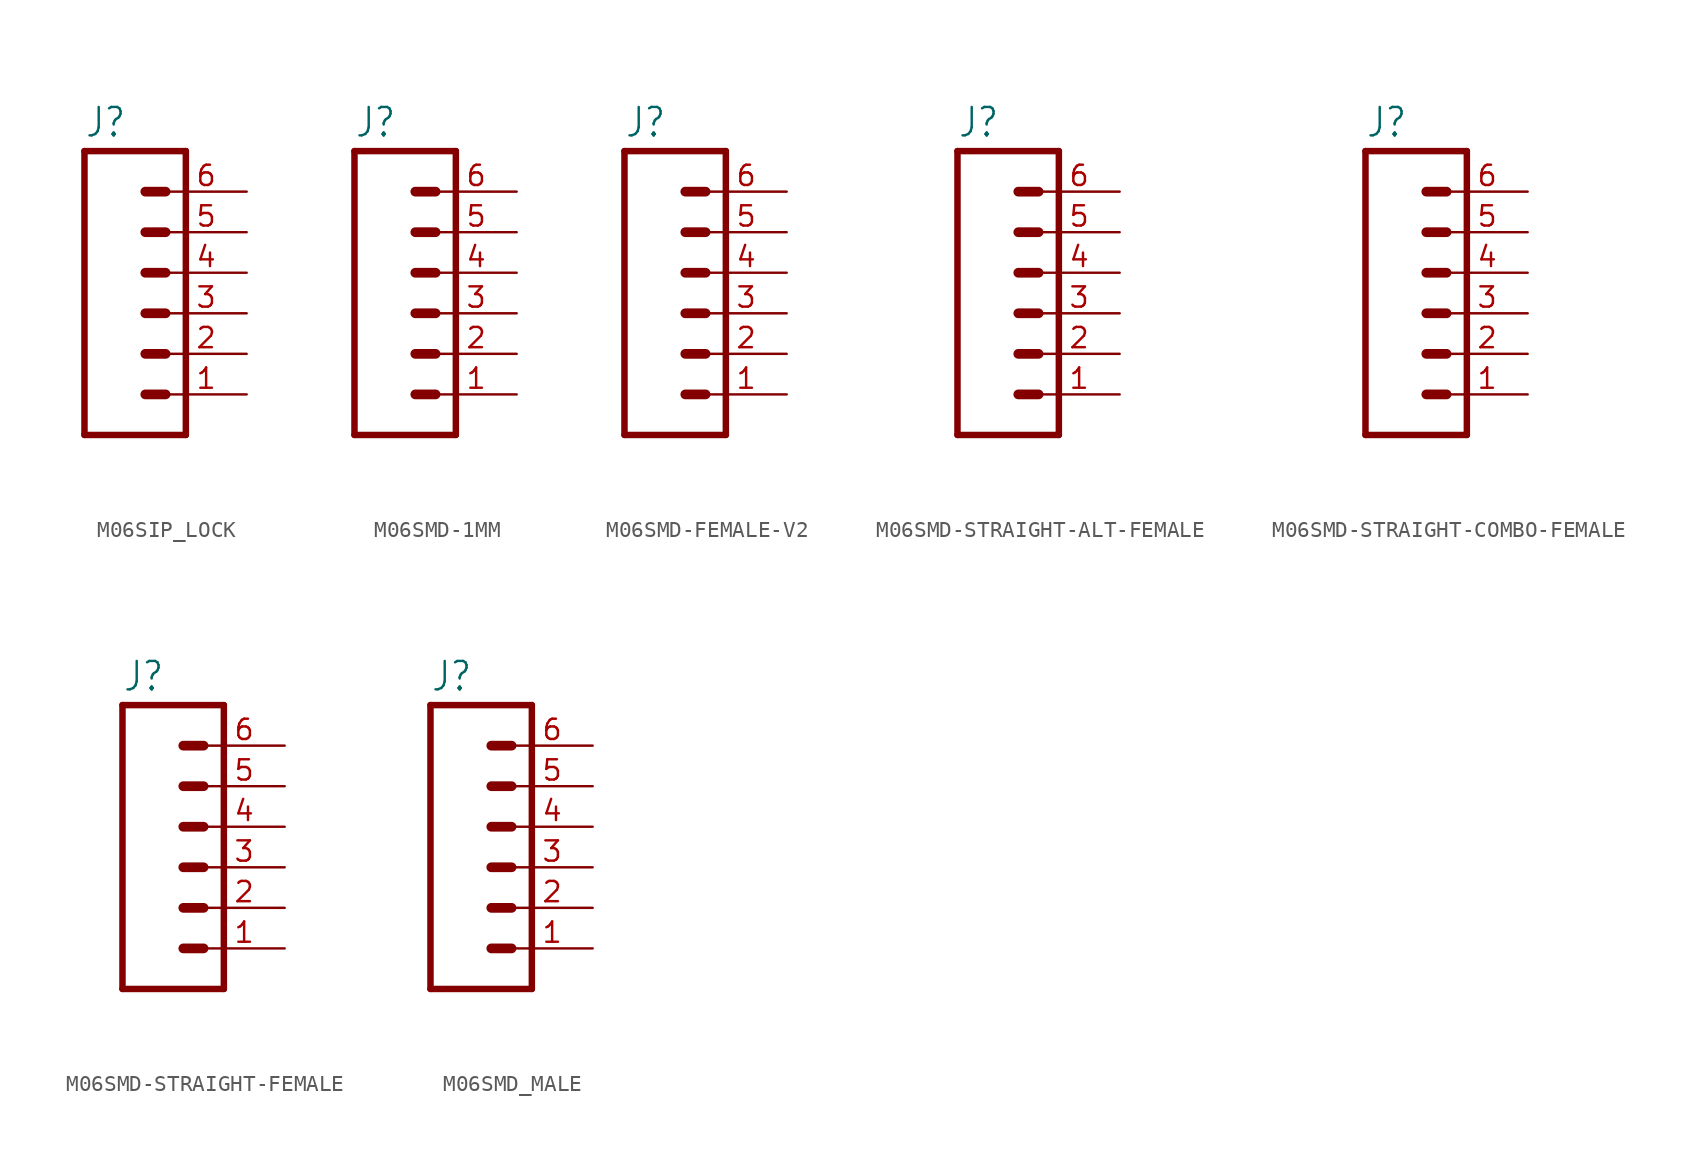
<source format=kicad_sym>
(kicad_symbol_lib
  (version 20241209)
  (generator "kicad_symbol_editor")
  (generator_version "9.0")
  (symbol "M06SIP_LOCK"
    (property "Reference" "J"
      (at -5.08 10.922 0)
      (effects (font (size 1.778 1.511)) (justify left bottom)))
    (property "Value" ""
      (at -5.08 -10.16 0)
      (effects (font (size 1.778 1.511)) (justify left bottom)))
    (property "ki_locked" ""
      (at 0 0 0)
      (effects (font (size 1.27 1.27))))
    (symbol "M06SIP_LOCK_1_0"
      (polyline (pts (xy -5.08 10.16) (xy -5.08 -7.62)) (stroke (width 0.406) (type solid)) (fill (type none)))
      (polyline (pts (xy -5.08 10.16) (xy 1.27 10.16)) (stroke (width 0.406) (type solid)) (fill (type none)))
      (polyline (pts (xy -1.27 7.62) (xy 0 7.62)) (stroke (width 0.61) (type solid)) (fill (type none)))
      (polyline (pts (xy -1.27 5.08) (xy 0 5.08)) (stroke (width 0.61) (type solid)) (fill (type none)))
      (polyline (pts (xy -1.27 2.54) (xy 0 2.54)) (stroke (width 0.61) (type solid)) (fill (type none)))
      (polyline (pts (xy -1.27 0) (xy 0 0)) (stroke (width 0.61) (type solid)) (fill (type none)))
      (polyline (pts (xy -1.27 -2.54) (xy 0 -2.54)) (stroke (width 0.61) (type solid)) (fill (type none)))
      (polyline (pts (xy -1.27 -5.08) (xy 0 -5.08)) (stroke (width 0.61) (type solid)) (fill (type none)))
      (polyline (pts (xy 1.27 -7.62) (xy -5.08 -7.62)) (stroke (width 0.406) (type solid)) (fill (type none)))
      (polyline (pts (xy 1.27 -7.62) (xy 1.27 10.16)) (stroke (width 0.406) (type solid)) (fill (type none)))
      (pin passive line (at 5.08 7.62 180) (length 5.08) (name "6" (effects (font (size 0 0)))) (number "6" (effects (font (size 1.27 1.27)))))
      (pin passive line (at 5.08 5.08 180) (length 5.08) (name "5" (effects (font (size 0 0)))) (number "5" (effects (font (size 1.27 1.27)))))
      (pin passive line (at 5.08 2.54 180) (length 5.08) (name "4" (effects (font (size 0 0)))) (number "4" (effects (font (size 1.27 1.27)))))
      (pin passive line (at 5.08 0 180) (length 5.08) (name "3" (effects (font (size 0 0)))) (number "3" (effects (font (size 1.27 1.27)))))
      (pin passive line (at 5.08 -2.54 180) (length 5.08) (name "2" (effects (font (size 0 0)))) (number "2" (effects (font (size 1.27 1.27)))))
      (pin passive line (at 5.08 -5.08 180) (length 5.08) (name "1" (effects (font (size 0 0)))) (number "1" (effects (font (size 1.27 1.27)))))))
  (symbol "M06SMD-1MM"
    (property "Reference" "J"
      (at -5.08 10.922 0)
      (effects (font (size 1.778 1.511)) (justify left bottom)))
    (property "Value" ""
      (at -5.08 -10.16 0)
      (effects (font (size 1.778 1.511)) (justify left bottom)))
    (property "ki_locked" ""
      (at 0 0 0)
      (effects (font (size 1.27 1.27))))
    (symbol "M06SMD-1MM_1_0"
      (polyline (pts (xy -5.08 10.16) (xy -5.08 -7.62)) (stroke (width 0.406) (type solid)) (fill (type none)))
      (polyline (pts (xy -5.08 10.16) (xy 1.27 10.16)) (stroke (width 0.406) (type solid)) (fill (type none)))
      (polyline (pts (xy -1.27 7.62) (xy 0 7.62)) (stroke (width 0.61) (type solid)) (fill (type none)))
      (polyline (pts (xy -1.27 5.08) (xy 0 5.08)) (stroke (width 0.61) (type solid)) (fill (type none)))
      (polyline (pts (xy -1.27 2.54) (xy 0 2.54)) (stroke (width 0.61) (type solid)) (fill (type none)))
      (polyline (pts (xy -1.27 0) (xy 0 0)) (stroke (width 0.61) (type solid)) (fill (type none)))
      (polyline (pts (xy -1.27 -2.54) (xy 0 -2.54)) (stroke (width 0.61) (type solid)) (fill (type none)))
      (polyline (pts (xy -1.27 -5.08) (xy 0 -5.08)) (stroke (width 0.61) (type solid)) (fill (type none)))
      (polyline (pts (xy 1.27 -7.62) (xy -5.08 -7.62)) (stroke (width 0.406) (type solid)) (fill (type none)))
      (polyline (pts (xy 1.27 -7.62) (xy 1.27 10.16)) (stroke (width 0.406) (type solid)) (fill (type none)))
      (pin passive line (at 5.08 7.62 180) (length 5.08) (name "6" (effects (font (size 0 0)))) (number "6" (effects (font (size 1.27 1.27)))))
      (pin passive line (at 5.08 5.08 180) (length 5.08) (name "5" (effects (font (size 0 0)))) (number "5" (effects (font (size 1.27 1.27)))))
      (pin passive line (at 5.08 2.54 180) (length 5.08) (name "4" (effects (font (size 0 0)))) (number "4" (effects (font (size 1.27 1.27)))))
      (pin passive line (at 5.08 0 180) (length 5.08) (name "3" (effects (font (size 0 0)))) (number "3" (effects (font (size 1.27 1.27)))))
      (pin passive line (at 5.08 -2.54 180) (length 5.08) (name "2" (effects (font (size 0 0)))) (number "2" (effects (font (size 1.27 1.27)))))
      (pin passive line (at 5.08 -5.08 180) (length 5.08) (name "1" (effects (font (size 0 0)))) (number "1" (effects (font (size 1.27 1.27)))))))
  (symbol "M06SMD-FEMALE-V2"
    (property "Reference" "J"
      (at -5.08 10.922 0)
      (effects (font (size 1.778 1.511)) (justify left bottom)))
    (property "Value" ""
      (at -5.08 -10.16 0)
      (effects (font (size 1.778 1.511)) (justify left bottom)))
    (property "ki_locked" ""
      (at 0 0 0)
      (effects (font (size 1.27 1.27))))
    (symbol "M06SMD-FEMALE-V2_1_0"
      (polyline (pts (xy -5.08 10.16) (xy -5.08 -7.62)) (stroke (width 0.406) (type solid)) (fill (type none)))
      (polyline (pts (xy -5.08 10.16) (xy 1.27 10.16)) (stroke (width 0.406) (type solid)) (fill (type none)))
      (polyline (pts (xy -1.27 7.62) (xy 0 7.62)) (stroke (width 0.61) (type solid)) (fill (type none)))
      (polyline (pts (xy -1.27 5.08) (xy 0 5.08)) (stroke (width 0.61) (type solid)) (fill (type none)))
      (polyline (pts (xy -1.27 2.54) (xy 0 2.54)) (stroke (width 0.61) (type solid)) (fill (type none)))
      (polyline (pts (xy -1.27 0) (xy 0 0)) (stroke (width 0.61) (type solid)) (fill (type none)))
      (polyline (pts (xy -1.27 -2.54) (xy 0 -2.54)) (stroke (width 0.61) (type solid)) (fill (type none)))
      (polyline (pts (xy -1.27 -5.08) (xy 0 -5.08)) (stroke (width 0.61) (type solid)) (fill (type none)))
      (polyline (pts (xy 1.27 -7.62) (xy -5.08 -7.62)) (stroke (width 0.406) (type solid)) (fill (type none)))
      (polyline (pts (xy 1.27 -7.62) (xy 1.27 10.16)) (stroke (width 0.406) (type solid)) (fill (type none)))
      (pin passive line (at 5.08 7.62 180) (length 5.08) (name "6" (effects (font (size 0 0)))) (number "6" (effects (font (size 1.27 1.27)))))
      (pin passive line (at 5.08 5.08 180) (length 5.08) (name "5" (effects (font (size 0 0)))) (number "5" (effects (font (size 1.27 1.27)))))
      (pin passive line (at 5.08 2.54 180) (length 5.08) (name "4" (effects (font (size 0 0)))) (number "4" (effects (font (size 1.27 1.27)))))
      (pin passive line (at 5.08 0 180) (length 5.08) (name "3" (effects (font (size 0 0)))) (number "3" (effects (font (size 1.27 1.27)))))
      (pin passive line (at 5.08 -2.54 180) (length 5.08) (name "2" (effects (font (size 0 0)))) (number "2" (effects (font (size 1.27 1.27)))))
      (pin passive line (at 5.08 -5.08 180) (length 5.08) (name "1" (effects (font (size 0 0)))) (number "1" (effects (font (size 1.27 1.27)))))))
  (symbol "M06SMD-STRAIGHT-ALT-FEMALE"
    (property "Reference" "J"
      (at -5.08 10.922 0)
      (effects (font (size 1.778 1.511)) (justify left bottom)))
    (property "Value" ""
      (at -5.08 -10.16 0)
      (effects (font (size 1.778 1.511)) (justify left bottom)))
    (property "ki_locked" ""
      (at 0 0 0)
      (effects (font (size 1.27 1.27))))
    (symbol "M06SMD-STRAIGHT-ALT-FEMALE_1_0"
      (polyline (pts (xy -5.08 10.16) (xy -5.08 -7.62)) (stroke (width 0.406) (type solid)) (fill (type none)))
      (polyline (pts (xy -5.08 10.16) (xy 1.27 10.16)) (stroke (width 0.406) (type solid)) (fill (type none)))
      (polyline (pts (xy -1.27 7.62) (xy 0 7.62)) (stroke (width 0.61) (type solid)) (fill (type none)))
      (polyline (pts (xy -1.27 5.08) (xy 0 5.08)) (stroke (width 0.61) (type solid)) (fill (type none)))
      (polyline (pts (xy -1.27 2.54) (xy 0 2.54)) (stroke (width 0.61) (type solid)) (fill (type none)))
      (polyline (pts (xy -1.27 0) (xy 0 0)) (stroke (width 0.61) (type solid)) (fill (type none)))
      (polyline (pts (xy -1.27 -2.54) (xy 0 -2.54)) (stroke (width 0.61) (type solid)) (fill (type none)))
      (polyline (pts (xy -1.27 -5.08) (xy 0 -5.08)) (stroke (width 0.61) (type solid)) (fill (type none)))
      (polyline (pts (xy 1.27 -7.62) (xy -5.08 -7.62)) (stroke (width 0.406) (type solid)) (fill (type none)))
      (polyline (pts (xy 1.27 -7.62) (xy 1.27 10.16)) (stroke (width 0.406) (type solid)) (fill (type none)))
      (pin passive line (at 5.08 7.62 180) (length 5.08) (name "6" (effects (font (size 0 0)))) (number "6" (effects (font (size 1.27 1.27)))))
      (pin passive line (at 5.08 5.08 180) (length 5.08) (name "5" (effects (font (size 0 0)))) (number "5" (effects (font (size 1.27 1.27)))))
      (pin passive line (at 5.08 2.54 180) (length 5.08) (name "4" (effects (font (size 0 0)))) (number "4" (effects (font (size 1.27 1.27)))))
      (pin passive line (at 5.08 0 180) (length 5.08) (name "3" (effects (font (size 0 0)))) (number "3" (effects (font (size 1.27 1.27)))))
      (pin passive line (at 5.08 -2.54 180) (length 5.08) (name "2" (effects (font (size 0 0)))) (number "2" (effects (font (size 1.27 1.27)))))
      (pin passive line (at 5.08 -5.08 180) (length 5.08) (name "1" (effects (font (size 0 0)))) (number "1" (effects (font (size 1.27 1.27)))))))
  (symbol "M06SMD-STRAIGHT-COMBO-FEMALE"
    (property "Reference" "J"
      (at -5.08 10.922 0)
      (effects (font (size 1.778 1.511)) (justify left bottom)))
    (property "Value" ""
      (at -5.08 -10.16 0)
      (effects (font (size 1.778 1.511)) (justify left bottom)))
    (property "ki_locked" ""
      (at 0 0 0)
      (effects (font (size 1.27 1.27))))
    (symbol "M06SMD-STRAIGHT-COMBO-FEMALE_1_0"
      (polyline (pts (xy -5.08 10.16) (xy -5.08 -7.62)) (stroke (width 0.406) (type solid)) (fill (type none)))
      (polyline (pts (xy -5.08 10.16) (xy 1.27 10.16)) (stroke (width 0.406) (type solid)) (fill (type none)))
      (polyline (pts (xy -1.27 7.62) (xy 0 7.62)) (stroke (width 0.61) (type solid)) (fill (type none)))
      (polyline (pts (xy -1.27 5.08) (xy 0 5.08)) (stroke (width 0.61) (type solid)) (fill (type none)))
      (polyline (pts (xy -1.27 2.54) (xy 0 2.54)) (stroke (width 0.61) (type solid)) (fill (type none)))
      (polyline (pts (xy -1.27 0) (xy 0 0)) (stroke (width 0.61) (type solid)) (fill (type none)))
      (polyline (pts (xy -1.27 -2.54) (xy 0 -2.54)) (stroke (width 0.61) (type solid)) (fill (type none)))
      (polyline (pts (xy -1.27 -5.08) (xy 0 -5.08)) (stroke (width 0.61) (type solid)) (fill (type none)))
      (polyline (pts (xy 1.27 -7.62) (xy -5.08 -7.62)) (stroke (width 0.406) (type solid)) (fill (type none)))
      (polyline (pts (xy 1.27 -7.62) (xy 1.27 10.16)) (stroke (width 0.406) (type solid)) (fill (type none)))
      (pin passive line (at 5.08 7.62 180) (length 5.08) (name "6" (effects (font (size 0 0)))) (number "6" (effects (font (size 1.27 1.27)))))
      (pin passive line (at 5.08 5.08 180) (length 5.08) (name "5" (effects (font (size 0 0)))) (number "5" (effects (font (size 1.27 1.27)))))
      (pin passive line (at 5.08 2.54 180) (length 5.08) (name "4" (effects (font (size 0 0)))) (number "4" (effects (font (size 1.27 1.27)))))
      (pin passive line (at 5.08 0 180) (length 5.08) (name "3" (effects (font (size 0 0)))) (number "3" (effects (font (size 1.27 1.27)))))
      (pin passive line (at 5.08 -2.54 180) (length 5.08) (name "2" (effects (font (size 0 0)))) (number "2" (effects (font (size 1.27 1.27)))))
      (pin passive line (at 5.08 -5.08 180) (length 5.08) (name "1" (effects (font (size 0 0)))) (number "1" (effects (font (size 1.27 1.27)))))))
  (symbol "M06SMD-STRAIGHT-FEMALE"
    (property "Reference" "J"
      (at -5.08 10.922 0)
      (effects (font (size 1.778 1.511)) (justify left bottom)))
    (property "Value" ""
      (at -5.08 -10.16 0)
      (effects (font (size 1.778 1.511)) (justify left bottom)))
    (property "ki_locked" ""
      (at 0 0 0)
      (effects (font (size 1.27 1.27))))
    (symbol "M06SMD-STRAIGHT-FEMALE_1_0"
      (polyline (pts (xy -5.08 10.16) (xy -5.08 -7.62)) (stroke (width 0.406) (type solid)) (fill (type none)))
      (polyline (pts (xy -5.08 10.16) (xy 1.27 10.16)) (stroke (width 0.406) (type solid)) (fill (type none)))
      (polyline (pts (xy -1.27 7.62) (xy 0 7.62)) (stroke (width 0.61) (type solid)) (fill (type none)))
      (polyline (pts (xy -1.27 5.08) (xy 0 5.08)) (stroke (width 0.61) (type solid)) (fill (type none)))
      (polyline (pts (xy -1.27 2.54) (xy 0 2.54)) (stroke (width 0.61) (type solid)) (fill (type none)))
      (polyline (pts (xy -1.27 0) (xy 0 0)) (stroke (width 0.61) (type solid)) (fill (type none)))
      (polyline (pts (xy -1.27 -2.54) (xy 0 -2.54)) (stroke (width 0.61) (type solid)) (fill (type none)))
      (polyline (pts (xy -1.27 -5.08) (xy 0 -5.08)) (stroke (width 0.61) (type solid)) (fill (type none)))
      (polyline (pts (xy 1.27 -7.62) (xy -5.08 -7.62)) (stroke (width 0.406) (type solid)) (fill (type none)))
      (polyline (pts (xy 1.27 -7.62) (xy 1.27 10.16)) (stroke (width 0.406) (type solid)) (fill (type none)))
      (pin passive line (at 5.08 7.62 180) (length 5.08) (name "6" (effects (font (size 0 0)))) (number "6" (effects (font (size 1.27 1.27)))))
      (pin passive line (at 5.08 5.08 180) (length 5.08) (name "5" (effects (font (size 0 0)))) (number "5" (effects (font (size 1.27 1.27)))))
      (pin passive line (at 5.08 2.54 180) (length 5.08) (name "4" (effects (font (size 0 0)))) (number "4" (effects (font (size 1.27 1.27)))))
      (pin passive line (at 5.08 0 180) (length 5.08) (name "3" (effects (font (size 0 0)))) (number "3" (effects (font (size 1.27 1.27)))))
      (pin passive line (at 5.08 -2.54 180) (length 5.08) (name "2" (effects (font (size 0 0)))) (number "2" (effects (font (size 1.27 1.27)))))
      (pin passive line (at 5.08 -5.08 180) (length 5.08) (name "1" (effects (font (size 0 0)))) (number "1" (effects (font (size 1.27 1.27)))))))
  (symbol "M06SMD_MALE"
    (property "Reference" "J"
      (at -5.08 10.922 0)
      (effects (font (size 1.778 1.511)) (justify left bottom)))
    (property "Value" ""
      (at -5.08 -10.16 0)
      (effects (font (size 1.778 1.511)) (justify left bottom)))
    (property "ki_locked" ""
      (at 0 0 0)
      (effects (font (size 1.27 1.27))))
    (symbol "M06SMD_MALE_1_0"
      (polyline (pts (xy -5.08 10.16) (xy -5.08 -7.62)) (stroke (width 0.406) (type solid)) (fill (type none)))
      (polyline (pts (xy -5.08 10.16) (xy 1.27 10.16)) (stroke (width 0.406) (type solid)) (fill (type none)))
      (polyline (pts (xy -1.27 7.62) (xy 0 7.62)) (stroke (width 0.61) (type solid)) (fill (type none)))
      (polyline (pts (xy -1.27 5.08) (xy 0 5.08)) (stroke (width 0.61) (type solid)) (fill (type none)))
      (polyline (pts (xy -1.27 2.54) (xy 0 2.54)) (stroke (width 0.61) (type solid)) (fill (type none)))
      (polyline (pts (xy -1.27 0) (xy 0 0)) (stroke (width 0.61) (type solid)) (fill (type none)))
      (polyline (pts (xy -1.27 -2.54) (xy 0 -2.54)) (stroke (width 0.61) (type solid)) (fill (type none)))
      (polyline (pts (xy -1.27 -5.08) (xy 0 -5.08)) (stroke (width 0.61) (type solid)) (fill (type none)))
      (polyline (pts (xy 1.27 -7.62) (xy -5.08 -7.62)) (stroke (width 0.406) (type solid)) (fill (type none)))
      (polyline (pts (xy 1.27 -7.62) (xy 1.27 10.16)) (stroke (width 0.406) (type solid)) (fill (type none)))
      (pin passive line (at 5.08 7.62 180) (length 5.08) (name "6" (effects (font (size 0 0)))) (number "6" (effects (font (size 1.27 1.27)))))
      (pin passive line (at 5.08 5.08 180) (length 5.08) (name "5" (effects (font (size 0 0)))) (number "5" (effects (font (size 1.27 1.27)))))
      (pin passive line (at 5.08 2.54 180) (length 5.08) (name "4" (effects (font (size 0 0)))) (number "4" (effects (font (size 1.27 1.27)))))
      (pin passive line (at 5.08 0 180) (length 5.08) (name "3" (effects (font (size 0 0)))) (number "3" (effects (font (size 1.27 1.27)))))
      (pin passive line (at 5.08 -2.54 180) (length 5.08) (name "2" (effects (font (size 0 0)))) (number "2" (effects (font (size 1.27 1.27)))))
      (pin passive line (at 5.08 -5.08 180) (length 5.08) (name "1" (effects (font (size 0 0)))) (number "1" (effects (font (size 1.27 1.27))))))))
</source>
